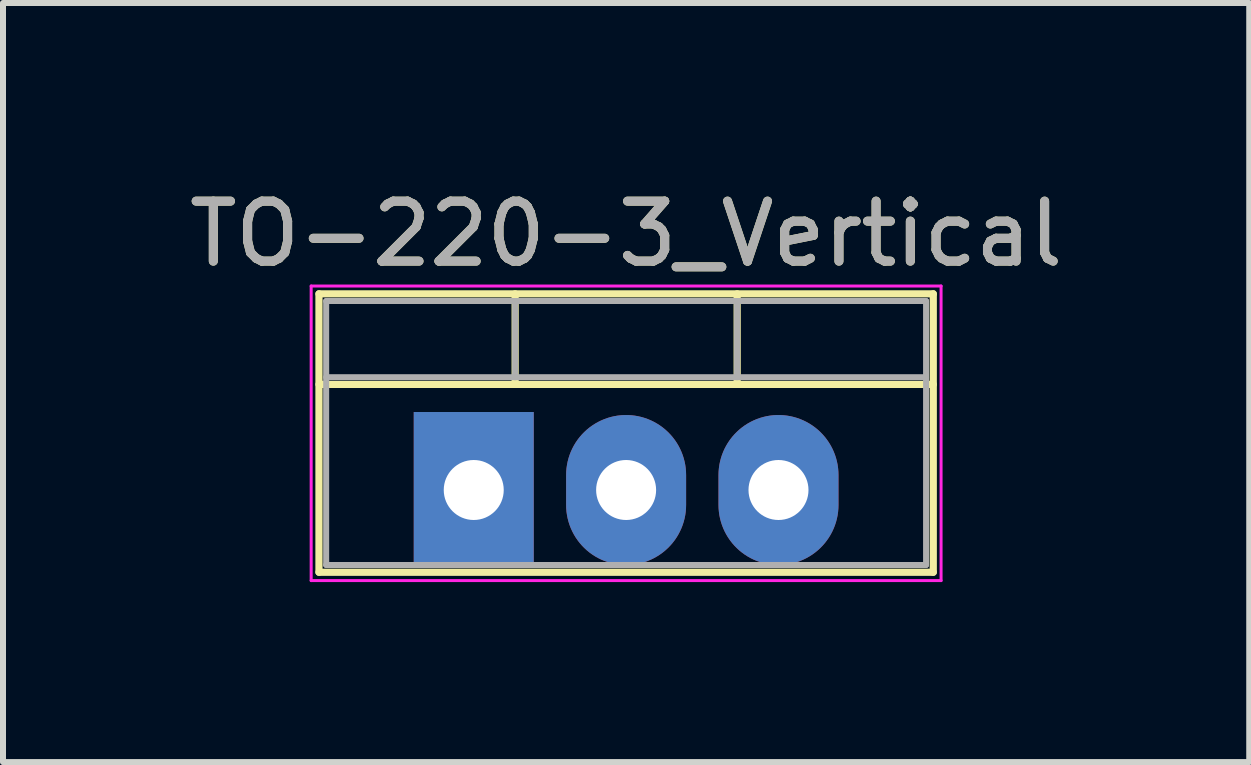
<source format=kicad_pcb>
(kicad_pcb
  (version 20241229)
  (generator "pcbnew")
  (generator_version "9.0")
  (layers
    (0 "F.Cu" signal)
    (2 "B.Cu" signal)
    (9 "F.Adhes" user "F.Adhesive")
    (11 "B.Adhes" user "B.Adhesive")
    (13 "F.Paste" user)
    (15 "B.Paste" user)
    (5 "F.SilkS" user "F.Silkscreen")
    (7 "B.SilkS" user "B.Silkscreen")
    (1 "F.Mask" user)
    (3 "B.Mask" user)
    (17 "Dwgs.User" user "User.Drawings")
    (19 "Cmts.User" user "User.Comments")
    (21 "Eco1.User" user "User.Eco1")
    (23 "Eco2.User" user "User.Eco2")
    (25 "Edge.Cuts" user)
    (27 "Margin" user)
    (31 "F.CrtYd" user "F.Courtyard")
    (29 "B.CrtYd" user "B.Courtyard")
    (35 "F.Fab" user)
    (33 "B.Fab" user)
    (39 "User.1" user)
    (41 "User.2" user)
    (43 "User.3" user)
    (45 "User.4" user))
  (footprint "TO-220-3_Vertical"
    (layer "F.Cu")
    (at 4.847 5.118)
    (property "Reference" "TO-220-3_Vertical" (at 2.54 -4.27 0) (layer "F.SilkS") (effects (font (size 1 1) (thickness 0.15))))
    (attr through_hole)
    (fp_line (start -2.58 -3.27) (end -2.58 1.371) (stroke (width 0.12) (type solid)) (layer "F.SilkS"))
    (fp_line (start -2.58 -3.27) (end 7.66 -3.27) (stroke (width 0.12) (type solid)) (layer "F.SilkS"))
    (fp_line (start -2.58 -1.76) (end 7.66 -1.76) (stroke (width 0.12) (type solid)) (layer "F.SilkS"))
    (fp_line (start -2.58 1.371) (end 7.66 1.371) (stroke (width 0.12) (type solid)) (layer "F.SilkS"))
    (fp_line (start 0.69 -3.27) (end 0.69 -1.76) (stroke (width 0.12) (type solid)) (layer "F.SilkS"))
    (fp_line (start 4.391 -3.27) (end 4.391 -1.76) (stroke (width 0.12) (type solid)) (layer "F.SilkS"))
    (fp_line (start 7.66 -3.27) (end 7.66 1.371) (stroke (width 0.12) (type solid)) (layer "F.SilkS"))
    (fp_line (start -2.71 -3.4) (end -2.71 1.51) (stroke (width 0.05) (type solid)) (layer "F.CrtYd"))
    (fp_line (start -2.71 1.51) (end 7.79 1.51) (stroke (width 0.05) (type solid)) (layer "F.CrtYd"))
    (fp_line (start 7.79 -3.4) (end -2.71 -3.4) (stroke (width 0.05) (type solid)) (layer "F.CrtYd"))
    (fp_line (start 7.79 1.51) (end 7.79 -3.4) (stroke (width 0.05) (type solid)) (layer "F.CrtYd"))
    (fp_line (start -2.46 -3.15) (end -2.46 1.25) (stroke (width 0.1) (type solid)) (layer "F.Fab"))
    (fp_line (start -2.46 -1.88) (end 7.54 -1.88) (stroke (width 0.1) (type solid)) (layer "F.Fab"))
    (fp_line (start -2.46 1.25) (end 7.54 1.25) (stroke (width 0.1) (type solid)) (layer "F.Fab"))
    (fp_line (start 0.69 -3.15) (end 0.69 -1.88) (stroke (width 0.1) (type solid)) (layer "F.Fab"))
    (fp_line (start 4.39 -3.15) (end 4.39 -1.88) (stroke (width 0.1) (type solid)) (layer "F.Fab"))
    (fp_line (start 7.54 -3.15) (end -2.46 -3.15) (stroke (width 0.1) (type solid)) (layer "F.Fab"))
    (fp_line (start 7.54 1.25) (end 7.54 -3.15) (stroke (width 0.1) (type solid)) (layer "F.Fab"))
    (fp_text user "${REFERENCE}" (at 2.54 -4.27 0) (layer "F.Fab") (effects (font (size 1 1) (thickness 0.15))))
    (pad "1" thru_hole rect (at 0 0) (size 2 2.6) (drill 1) (layers "*.Cu" "*.Mask"))
    (pad "2" thru_hole oval (at 2.54 0) (size 2 2.5) (drill 1) (layers "*.Cu" "*.Mask"))
    (pad "3" thru_hole oval (at 5.08 0) (size 2 2.5) (drill 1) (layers "*.Cu" "*.Mask")))
  (gr_rect
    (start -3 -3)
    (end 17.774 9.653)
    (stroke (width 0.1) (type default))
    (fill no)
    (layer "Edge.Cuts")))
</source>
